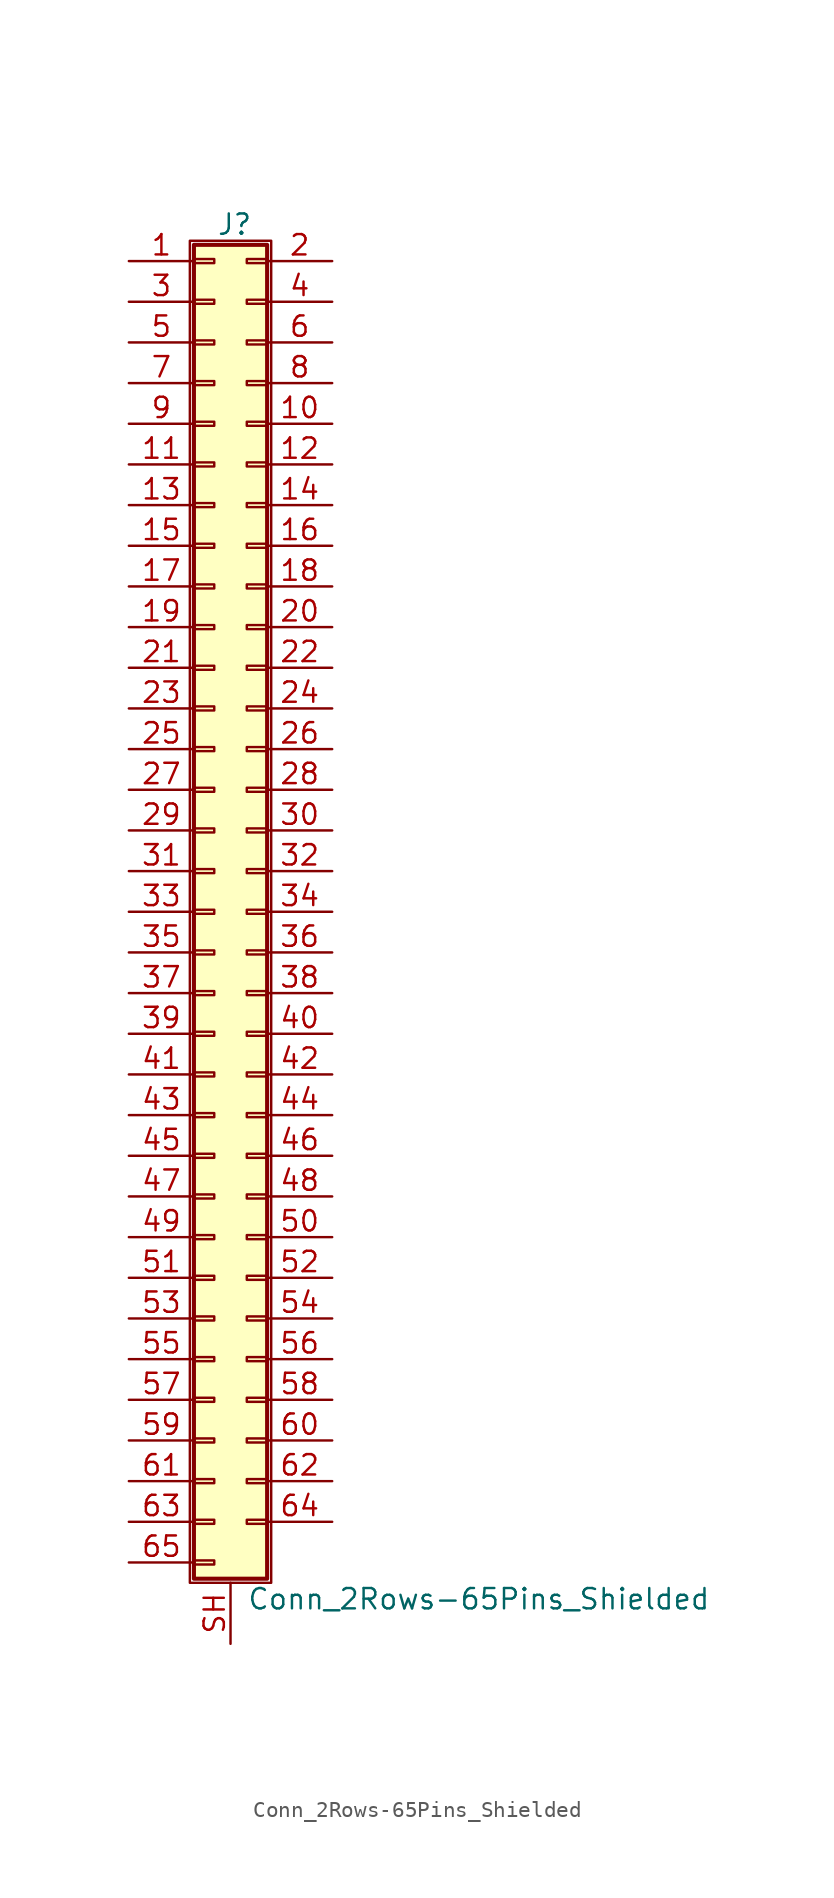
<source format=kicad_sym>
(kicad_symbol_lib
  (version 20220914)
  (generator kicad_symbol_editor)
  (symbol "Conn_2Rows-65Pins_Shielded"
    (pin_names
      (offset 1.016) hide)
    (property "Reference" "J"
      (at 1.524 42.926 0)
      (effects (font (size 1.27 1.27))))
    (property "Value" "Conn_2Rows-65Pins_Shielded"
      (at 2.286 -42.926 0)
      (effects (font (size 1.27 1.27)) (justify left)))
    (symbol "Conn_2Rows-65Pins_Shielded_1_1"
      (rectangle (start -1.27 41.91) (end 3.81 -41.91) (stroke (width 0.152) (type default)) (fill (type none)))
      (rectangle (start -1.016 -40.513) (end 0.254 -40.767) (stroke (width 0.152) (type default)) (fill (type none)))
      (rectangle (start -1.016 -37.973) (end 0.254 -38.227) (stroke (width 0.152) (type default)) (fill (type none)))
      (rectangle (start -1.016 -35.433) (end 0.254 -35.687) (stroke (width 0.152) (type default)) (fill (type none)))
      (rectangle (start -1.016 -32.893) (end 0.254 -33.147) (stroke (width 0.152) (type default)) (fill (type none)))
      (rectangle (start -1.016 -30.353) (end 0.254 -30.607) (stroke (width 0.152) (type default)) (fill (type none)))
      (rectangle (start -1.016 -27.813) (end 0.254 -28.067) (stroke (width 0.152) (type default)) (fill (type none)))
      (rectangle (start -1.016 -25.273) (end 0.254 -25.527) (stroke (width 0.152) (type default)) (fill (type none)))
      (rectangle (start -1.016 -22.733) (end 0.254 -22.987) (stroke (width 0.152) (type default)) (fill (type none)))
      (rectangle (start -1.016 -20.193) (end 0.254 -20.447) (stroke (width 0.152) (type default)) (fill (type none)))
      (rectangle (start -1.016 -17.653) (end 0.254 -17.907) (stroke (width 0.152) (type default)) (fill (type none)))
      (rectangle (start -1.016 -15.113) (end 0.254 -15.367) (stroke (width 0.152) (type default)) (fill (type none)))
      (rectangle (start -1.016 -12.573) (end 0.254 -12.827) (stroke (width 0.152) (type default)) (fill (type none)))
      (rectangle (start -1.016 -10.033) (end 0.254 -10.287) (stroke (width 0.152) (type default)) (fill (type none)))
      (rectangle (start -1.016 -7.493) (end 0.254 -7.747) (stroke (width 0.152) (type default)) (fill (type none)))
      (rectangle (start -1.016 -4.953) (end 0.254 -5.207) (stroke (width 0.152) (type default)) (fill (type none)))
      (rectangle (start -1.016 -2.413) (end 0.254 -2.667) (stroke (width 0.152) (type default)) (fill (type none)))
      (rectangle (start -1.016 0.127) (end 0.254 -0.127) (stroke (width 0.152) (type default)) (fill (type none)))
      (rectangle (start -1.016 2.667) (end 0.254 2.413) (stroke (width 0.152) (type default)) (fill (type none)))
      (rectangle (start -1.016 5.207) (end 0.254 4.953) (stroke (width 0.152) (type default)) (fill (type none)))
      (rectangle (start -1.016 7.747) (end 0.254 7.493) (stroke (width 0.152) (type default)) (fill (type none)))
      (rectangle (start -1.016 10.287) (end 0.254 10.033) (stroke (width 0.152) (type default)) (fill (type none)))
      (rectangle (start -1.016 12.827) (end 0.254 12.573) (stroke (width 0.152) (type default)) (fill (type none)))
      (rectangle (start -1.016 15.367) (end 0.254 15.113) (stroke (width 0.152) (type default)) (fill (type none)))
      (rectangle (start -1.016 17.907) (end 0.254 17.653) (stroke (width 0.152) (type default)) (fill (type none)))
      (rectangle (start -1.016 20.447) (end 0.254 20.193) (stroke (width 0.152) (type default)) (fill (type none)))
      (rectangle (start -1.016 22.987) (end 0.254 22.733) (stroke (width 0.152) (type default)) (fill (type none)))
      (rectangle (start -1.016 25.527) (end 0.254 25.273) (stroke (width 0.152) (type default)) (fill (type none)))
      (rectangle (start -1.016 28.067) (end 0.254 27.813) (stroke (width 0.152) (type default)) (fill (type none)))
      (rectangle (start -1.016 30.607) (end 0.254 30.353) (stroke (width 0.152) (type default)) (fill (type none)))
      (rectangle (start -1.016 33.147) (end 0.254 32.893) (stroke (width 0.152) (type default)) (fill (type none)))
      (rectangle (start -1.016 35.687) (end 0.254 35.433) (stroke (width 0.152) (type default)) (fill (type none)))
      (rectangle (start -1.016 38.227) (end 0.254 37.973) (stroke (width 0.152) (type default)) (fill (type none)))
      (rectangle (start -1.016 40.767) (end 0.254 40.513) (stroke (width 0.152) (type default)) (fill (type none)))
      (rectangle (start -1.016 41.656) (end 3.556 -41.656) (stroke (width 0.254) (type default)) (fill (type background)))
      (rectangle (start 3.556 -37.973) (end 2.286 -38.227) (stroke (width 0.152) (type default)) (fill (type none)))
      (rectangle (start 3.556 -35.433) (end 2.286 -35.687) (stroke (width 0.152) (type default)) (fill (type none)))
      (rectangle (start 3.556 -32.893) (end 2.286 -33.147) (stroke (width 0.152) (type default)) (fill (type none)))
      (rectangle (start 3.556 -30.353) (end 2.286 -30.607) (stroke (width 0.152) (type default)) (fill (type none)))
      (rectangle (start 3.556 -27.813) (end 2.286 -28.067) (stroke (width 0.152) (type default)) (fill (type none)))
      (rectangle (start 3.556 -25.273) (end 2.286 -25.527) (stroke (width 0.152) (type default)) (fill (type none)))
      (rectangle (start 3.556 -22.733) (end 2.286 -22.987) (stroke (width 0.152) (type default)) (fill (type none)))
      (rectangle (start 3.556 -20.193) (end 2.286 -20.447) (stroke (width 0.152) (type default)) (fill (type none)))
      (rectangle (start 3.556 -17.653) (end 2.286 -17.907) (stroke (width 0.152) (type default)) (fill (type none)))
      (rectangle (start 3.556 -15.113) (end 2.286 -15.367) (stroke (width 0.152) (type default)) (fill (type none)))
      (rectangle (start 3.556 -12.573) (end 2.286 -12.827) (stroke (width 0.152) (type default)) (fill (type none)))
      (rectangle (start 3.556 -10.033) (end 2.286 -10.287) (stroke (width 0.152) (type default)) (fill (type none)))
      (rectangle (start 3.556 -7.493) (end 2.286 -7.747) (stroke (width 0.152) (type default)) (fill (type none)))
      (rectangle (start 3.556 -4.953) (end 2.286 -5.207) (stroke (width 0.152) (type default)) (fill (type none)))
      (rectangle (start 3.556 -2.413) (end 2.286 -2.667) (stroke (width 0.152) (type default)) (fill (type none)))
      (rectangle (start 3.556 0.127) (end 2.286 -0.127) (stroke (width 0.152) (type default)) (fill (type none)))
      (rectangle (start 3.556 2.667) (end 2.286 2.413) (stroke (width 0.152) (type default)) (fill (type none)))
      (rectangle (start 3.556 5.207) (end 2.286 4.953) (stroke (width 0.152) (type default)) (fill (type none)))
      (rectangle (start 3.556 7.747) (end 2.286 7.493) (stroke (width 0.152) (type default)) (fill (type none)))
      (rectangle (start 3.556 10.287) (end 2.286 10.033) (stroke (width 0.152) (type default)) (fill (type none)))
      (rectangle (start 3.556 12.827) (end 2.286 12.573) (stroke (width 0.152) (type default)) (fill (type none)))
      (rectangle (start 3.556 15.367) (end 2.286 15.113) (stroke (width 0.152) (type default)) (fill (type none)))
      (rectangle (start 3.556 17.907) (end 2.286 17.653) (stroke (width 0.152) (type default)) (fill (type none)))
      (rectangle (start 3.556 20.447) (end 2.286 20.193) (stroke (width 0.152) (type default)) (fill (type none)))
      (rectangle (start 3.556 22.987) (end 2.286 22.733) (stroke (width 0.152) (type default)) (fill (type none)))
      (rectangle (start 3.556 25.527) (end 2.286 25.273) (stroke (width 0.152) (type default)) (fill (type none)))
      (rectangle (start 3.556 28.067) (end 2.286 27.813) (stroke (width 0.152) (type default)) (fill (type none)))
      (rectangle (start 3.556 30.607) (end 2.286 30.353) (stroke (width 0.152) (type default)) (fill (type none)))
      (rectangle (start 3.556 33.147) (end 2.286 32.893) (stroke (width 0.152) (type default)) (fill (type none)))
      (rectangle (start 3.556 35.687) (end 2.286 35.433) (stroke (width 0.152) (type default)) (fill (type none)))
      (rectangle (start 3.556 38.227) (end 2.286 37.973) (stroke (width 0.152) (type default)) (fill (type none)))
      (rectangle (start 3.556 40.767) (end 2.286 40.513) (stroke (width 0.152) (type default)) (fill (type none)))
      (pin passive line (at -5.08 40.64 0) (length 4.064) (name "Pin_1" (effects (font (size 1.27 1.27)))) (number "1" (effects (font (size 1.27 1.27)))))
      (pin passive line (at 7.62 30.48 180) (length 4.064) (name "Pin_10" (effects (font (size 1.27 1.27)))) (number "10" (effects (font (size 1.27 1.27)))))
      (pin passive line (at -5.08 27.94 0) (length 4.064) (name "Pin_11" (effects (font (size 1.27 1.27)))) (number "11" (effects (font (size 1.27 1.27)))))
      (pin passive line (at 7.62 27.94 180) (length 4.064) (name "Pin_12" (effects (font (size 1.27 1.27)))) (number "12" (effects (font (size 1.27 1.27)))))
      (pin passive line (at -5.08 25.4 0) (length 4.064) (name "Pin_13" (effects (font (size 1.27 1.27)))) (number "13" (effects (font (size 1.27 1.27)))))
      (pin passive line (at 7.62 25.4 180) (length 4.064) (name "Pin_14" (effects (font (size 1.27 1.27)))) (number "14" (effects (font (size 1.27 1.27)))))
      (pin passive line (at -5.08 22.86 0) (length 4.064) (name "Pin_15" (effects (font (size 1.27 1.27)))) (number "15" (effects (font (size 1.27 1.27)))))
      (pin passive line (at 7.62 22.86 180) (length 4.064) (name "Pin_16" (effects (font (size 1.27 1.27)))) (number "16" (effects (font (size 1.27 1.27)))))
      (pin passive line (at -5.08 20.32 0) (length 4.064) (name "Pin_17" (effects (font (size 1.27 1.27)))) (number "17" (effects (font (size 1.27 1.27)))))
      (pin passive line (at 7.62 20.32 180) (length 4.064) (name "Pin_18" (effects (font (size 1.27 1.27)))) (number "18" (effects (font (size 1.27 1.27)))))
      (pin passive line (at -5.08 17.78 0) (length 4.064) (name "Pin_19" (effects (font (size 1.27 1.27)))) (number "19" (effects (font (size 1.27 1.27)))))
      (pin passive line (at 7.62 40.64 180) (length 4.064) (name "Pin_2" (effects (font (size 1.27 1.27)))) (number "2" (effects (font (size 1.27 1.27)))))
      (pin passive line (at 7.62 17.78 180) (length 4.064) (name "Pin_20" (effects (font (size 1.27 1.27)))) (number "20" (effects (font (size 1.27 1.27)))))
      (pin passive line (at -5.08 15.24 0) (length 4.064) (name "Pin_21" (effects (font (size 1.27 1.27)))) (number "21" (effects (font (size 1.27 1.27)))))
      (pin passive line (at 7.62 15.24 180) (length 4.064) (name "Pin_22" (effects (font (size 1.27 1.27)))) (number "22" (effects (font (size 1.27 1.27)))))
      (pin passive line (at -5.08 12.7 0) (length 4.064) (name "Pin_23" (effects (font (size 1.27 1.27)))) (number "23" (effects (font (size 1.27 1.27)))))
      (pin passive line (at 7.62 12.7 180) (length 4.064) (name "Pin_24" (effects (font (size 1.27 1.27)))) (number "24" (effects (font (size 1.27 1.27)))))
      (pin passive line (at -5.08 10.16 0) (length 4.064) (name "Pin_25" (effects (font (size 1.27 1.27)))) (number "25" (effects (font (size 1.27 1.27)))))
      (pin passive line (at 7.62 10.16 180) (length 4.064) (name "Pin_26" (effects (font (size 1.27 1.27)))) (number "26" (effects (font (size 1.27 1.27)))))
      (pin passive line (at -5.08 7.62 0) (length 4.064) (name "Pin_27" (effects (font (size 1.27 1.27)))) (number "27" (effects (font (size 1.27 1.27)))))
      (pin passive line (at 7.62 7.62 180) (length 4.064) (name "Pin_28" (effects (font (size 1.27 1.27)))) (number "28" (effects (font (size 1.27 1.27)))))
      (pin passive line (at -5.08 5.08 0) (length 4.064) (name "Pin_29" (effects (font (size 1.27 1.27)))) (number "29" (effects (font (size 1.27 1.27)))))
      (pin passive line (at -5.08 38.1 0) (length 4.064) (name "Pin_3" (effects (font (size 1.27 1.27)))) (number "3" (effects (font (size 1.27 1.27)))))
      (pin passive line (at 7.62 5.08 180) (length 4.064) (name "Pin_30" (effects (font (size 1.27 1.27)))) (number "30" (effects (font (size 1.27 1.27)))))
      (pin passive line (at -5.08 2.54 0) (length 4.064) (name "Pin_31" (effects (font (size 1.27 1.27)))) (number "31" (effects (font (size 1.27 1.27)))))
      (pin passive line (at 7.62 2.54 180) (length 4.064) (name "Pin_32" (effects (font (size 1.27 1.27)))) (number "32" (effects (font (size 1.27 1.27)))))
      (pin passive line (at -5.08 0 0) (length 4.064) (name "Pin_33" (effects (font (size 1.27 1.27)))) (number "33" (effects (font (size 1.27 1.27)))))
      (pin passive line (at 7.62 0 180) (length 4.064) (name "Pin_34" (effects (font (size 1.27 1.27)))) (number "34" (effects (font (size 1.27 1.27)))))
      (pin passive line (at -5.08 -2.54 0) (length 4.064) (name "Pin_35" (effects (font (size 1.27 1.27)))) (number "35" (effects (font (size 1.27 1.27)))))
      (pin passive line (at 7.62 -2.54 180) (length 4.064) (name "Pin_36" (effects (font (size 1.27 1.27)))) (number "36" (effects (font (size 1.27 1.27)))))
      (pin passive line (at -5.08 -5.08 0) (length 4.064) (name "Pin_37" (effects (font (size 1.27 1.27)))) (number "37" (effects (font (size 1.27 1.27)))))
      (pin passive line (at 7.62 -5.08 180) (length 4.064) (name "Pin_38" (effects (font (size 1.27 1.27)))) (number "38" (effects (font (size 1.27 1.27)))))
      (pin passive line (at -5.08 -7.62 0) (length 4.064) (name "Pin_39" (effects (font (size 1.27 1.27)))) (number "39" (effects (font (size 1.27 1.27)))))
      (pin passive line (at 7.62 38.1 180) (length 4.064) (name "Pin_4" (effects (font (size 1.27 1.27)))) (number "4" (effects (font (size 1.27 1.27)))))
      (pin passive line (at 7.62 -7.62 180) (length 4.064) (name "Pin_40" (effects (font (size 1.27 1.27)))) (number "40" (effects (font (size 1.27 1.27)))))
      (pin passive line (at -5.08 -10.16 0) (length 4.064) (name "Pin_41" (effects (font (size 1.27 1.27)))) (number "41" (effects (font (size 1.27 1.27)))))
      (pin passive line (at 7.62 -10.16 180) (length 4.064) (name "Pin_42" (effects (font (size 1.27 1.27)))) (number "42" (effects (font (size 1.27 1.27)))))
      (pin passive line (at -5.08 -12.7 0) (length 4.064) (name "Pin_43" (effects (font (size 1.27 1.27)))) (number "43" (effects (font (size 1.27 1.27)))))
      (pin passive line (at 7.62 -12.7 180) (length 4.064) (name "Pin_44" (effects (font (size 1.27 1.27)))) (number "44" (effects (font (size 1.27 1.27)))))
      (pin passive line (at -5.08 -15.24 0) (length 4.064) (name "Pin_45" (effects (font (size 1.27 1.27)))) (number "45" (effects (font (size 1.27 1.27)))))
      (pin passive line (at 7.62 -15.24 180) (length 4.064) (name "Pin_46" (effects (font (size 1.27 1.27)))) (number "46" (effects (font (size 1.27 1.27)))))
      (pin passive line (at -5.08 -17.78 0) (length 4.064) (name "Pin_47" (effects (font (size 1.27 1.27)))) (number "47" (effects (font (size 1.27 1.27)))))
      (pin passive line (at 7.62 -17.78 180) (length 4.064) (name "Pin_48" (effects (font (size 1.27 1.27)))) (number "48" (effects (font (size 1.27 1.27)))))
      (pin passive line (at -5.08 -20.32 0) (length 4.064) (name "Pin_49" (effects (font (size 1.27 1.27)))) (number "49" (effects (font (size 1.27 1.27)))))
      (pin passive line (at -5.08 35.56 0) (length 4.064) (name "Pin_5" (effects (font (size 1.27 1.27)))) (number "5" (effects (font (size 1.27 1.27)))))
      (pin passive line (at 7.62 -20.32 180) (length 4.064) (name "Pin_50" (effects (font (size 1.27 1.27)))) (number "50" (effects (font (size 1.27 1.27)))))
      (pin passive line (at -5.08 -22.86 0) (length 4.064) (name "Pin_51" (effects (font (size 1.27 1.27)))) (number "51" (effects (font (size 1.27 1.27)))))
      (pin passive line (at 7.62 -22.86 180) (length 4.064) (name "Pin_52" (effects (font (size 1.27 1.27)))) (number "52" (effects (font (size 1.27 1.27)))))
      (pin passive line (at -5.08 -25.4 0) (length 4.064) (name "Pin_53" (effects (font (size 1.27 1.27)))) (number "53" (effects (font (size 1.27 1.27)))))
      (pin passive line (at 7.62 -25.4 180) (length 4.064) (name "Pin_54" (effects (font (size 1.27 1.27)))) (number "54" (effects (font (size 1.27 1.27)))))
      (pin passive line (at -5.08 -27.94 0) (length 4.064) (name "Pin_55" (effects (font (size 1.27 1.27)))) (number "55" (effects (font (size 1.27 1.27)))))
      (pin passive line (at 7.62 -27.94 180) (length 4.064) (name "Pin_56" (effects (font (size 1.27 1.27)))) (number "56" (effects (font (size 1.27 1.27)))))
      (pin passive line (at -5.08 -30.48 0) (length 4.064) (name "Pin_57" (effects (font (size 1.27 1.27)))) (number "57" (effects (font (size 1.27 1.27)))))
      (pin passive line (at 7.62 -30.48 180) (length 4.064) (name "Pin_58" (effects (font (size 1.27 1.27)))) (number "58" (effects (font (size 1.27 1.27)))))
      (pin passive line (at -5.08 -33.02 0) (length 4.064) (name "Pin_59" (effects (font (size 1.27 1.27)))) (number "59" (effects (font (size 1.27 1.27)))))
      (pin passive line (at 7.62 35.56 180) (length 4.064) (name "Pin_6" (effects (font (size 1.27 1.27)))) (number "6" (effects (font (size 1.27 1.27)))))
      (pin passive line (at 7.62 -33.02 180) (length 4.064) (name "Pin_60" (effects (font (size 1.27 1.27)))) (number "60" (effects (font (size 1.27 1.27)))))
      (pin passive line (at -5.08 -35.56 0) (length 4.064) (name "Pin_61" (effects (font (size 1.27 1.27)))) (number "61" (effects (font (size 1.27 1.27)))))
      (pin passive line (at 7.62 -35.56 180) (length 4.064) (name "Pin_62" (effects (font (size 1.27 1.27)))) (number "62" (effects (font (size 1.27 1.27)))))
      (pin passive line (at -5.08 -38.1 0) (length 4.064) (name "Pin_63" (effects (font (size 1.27 1.27)))) (number "63" (effects (font (size 1.27 1.27)))))
      (pin passive line (at 7.62 -38.1 180) (length 4.064) (name "Pin_64" (effects (font (size 1.27 1.27)))) (number "64" (effects (font (size 1.27 1.27)))))
      (pin passive line (at -5.08 -40.64 0) (length 4.064) (name "Pin_65" (effects (font (size 1.27 1.27)))) (number "65" (effects (font (size 1.27 1.27)))))
      (pin passive line (at -5.08 33.02 0) (length 4.064) (name "Pin_7" (effects (font (size 1.27 1.27)))) (number "7" (effects (font (size 1.27 1.27)))))
      (pin passive line (at 7.62 33.02 180) (length 4.064) (name "Pin_8" (effects (font (size 1.27 1.27)))) (number "8" (effects (font (size 1.27 1.27)))))
      (pin passive line (at -5.08 30.48 0) (length 4.064) (name "Pin_9" (effects (font (size 1.27 1.27)))) (number "9" (effects (font (size 1.27 1.27)))))
      (pin passive line (at 1.27 -45.72 90) (length 3.81) (name "Shield" (effects (font (size 1.27 1.27)))) (number "SH" (effects (font (size 1.27 1.27))))))))
</source>
